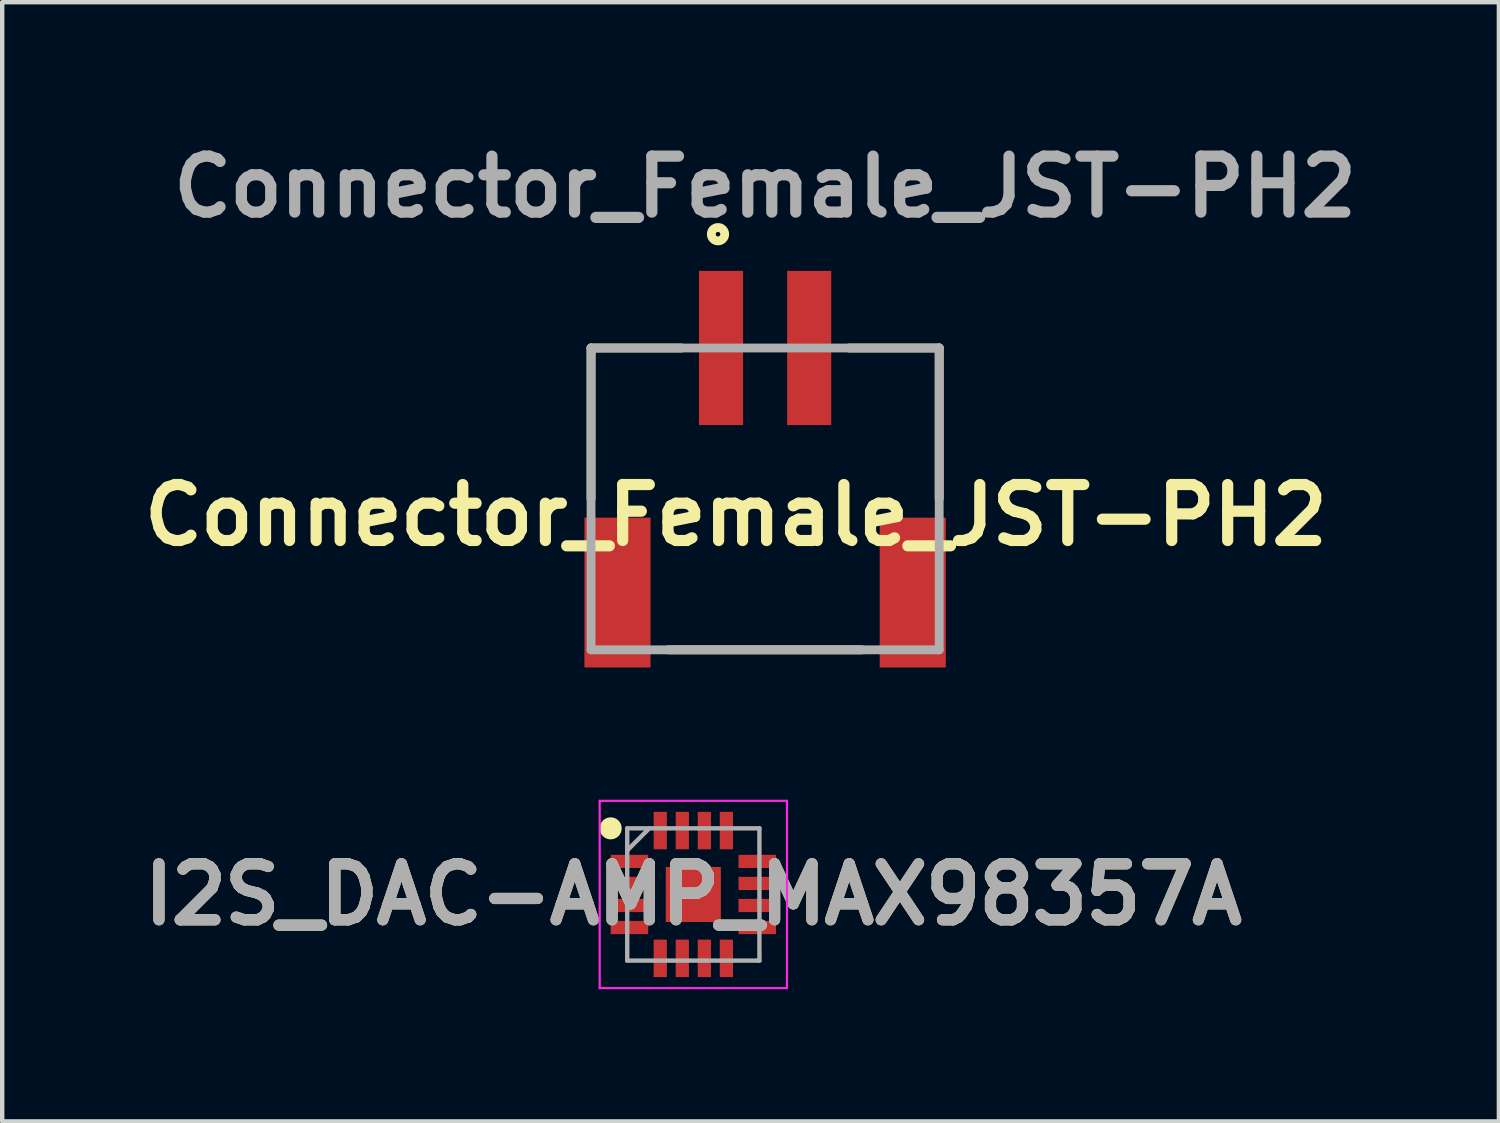
<source format=kicad_pcb>
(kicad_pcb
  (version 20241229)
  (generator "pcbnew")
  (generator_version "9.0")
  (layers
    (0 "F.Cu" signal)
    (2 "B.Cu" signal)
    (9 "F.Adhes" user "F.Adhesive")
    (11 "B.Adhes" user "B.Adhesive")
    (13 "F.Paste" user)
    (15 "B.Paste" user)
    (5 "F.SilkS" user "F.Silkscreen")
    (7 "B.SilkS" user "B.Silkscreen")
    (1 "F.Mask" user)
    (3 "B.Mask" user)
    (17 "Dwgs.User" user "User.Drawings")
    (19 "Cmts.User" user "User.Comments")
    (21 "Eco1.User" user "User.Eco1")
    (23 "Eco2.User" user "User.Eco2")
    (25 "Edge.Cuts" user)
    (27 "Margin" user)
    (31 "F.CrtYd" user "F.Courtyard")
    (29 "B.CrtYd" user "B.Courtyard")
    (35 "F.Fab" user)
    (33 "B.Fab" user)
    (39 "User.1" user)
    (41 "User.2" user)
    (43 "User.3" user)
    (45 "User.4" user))
  (footprint "Connector_Female_JST-PH2"
    (layer "F.Cu")
    (at 14.311 4.846)
    (property "Reference" "Connector_Female_JST-PH2" (at -0.662 3.794 0) (layer "F.SilkS") (effects (font (size 1.27 1.27) (thickness 0.254))))
    (attr smd)
    (fp_line (start -3.95 0) (end -3.95 3.425) (stroke (width 0.2) (type solid)) (layer "F.SilkS"))
    (fp_line (start -3.95 0) (end -1.9 0) (stroke (width 0.2) (type solid)) (layer "F.SilkS"))
    (fp_line (start -2.196 6.849) (end 2.196 6.849) (stroke (width 0.2) (type solid)) (layer "F.SilkS"))
    (fp_line (start 3.95 0) (end 1.9 0) (stroke (width 0.2) (type solid)) (layer "F.SilkS"))
    (fp_line (start 3.95 0) (end 3.95 3.425) (stroke (width 0.2) (type solid)) (layer "F.SilkS"))
    (fp_circle (center -1.069 -2.582) (end -1.069 -2.53) (stroke (width 0.2) (type solid)) (fill no) (layer "F.SilkS"))
    (fp_line (start -3.95 0) (end 3.95 0) (stroke (width 0.2) (type solid)) (layer "F.Fab"))
    (fp_line (start -3.95 6.849) (end -3.95 0) (stroke (width 0.2) (type solid)) (layer "F.Fab"))
    (fp_line (start 3.95 0) (end 3.95 6.849) (stroke (width 0.2) (type solid)) (layer "F.Fab"))
    (fp_line (start 3.95 6.849) (end -3.95 6.849) (stroke (width 0.2) (type solid)) (layer "F.Fab"))
    (fp_text user "${REFERENCE}" (at 0 -3.658 0) (layer "F.Fab") (effects (font (size 1.27 1.27) (thickness 0.254))))
    (pad "1" smd rect (at -1 0) (size 1 3.5) (layers "F.Cu" "F.Mask" "F.Paste"))
    (pad "2" smd rect (at 1 0) (size 1 3.5) (layers "F.Cu" "F.Mask" "F.Paste"))
    (pad "3" smd rect (at -3.35 5.55) (size 1.5 3.4) (layers "F.Cu" "F.Mask" "F.Paste"))
    (pad "4" smd rect (at 3.35 5.55) (size 1.5 3.4) (layers "F.Cu" "F.Mask" "F.Paste")))
  (footprint "I2S_DAC-AMP_MAX98357A"
    (layer "F.Cu")
    (at 12.682 17.246)
    (property "Reference" "I2S_DAC-AMP_MAX98357A" (at 0 0 0) (layer "F.SilkS") (effects (font (size 1.27 1.27) (thickness 0.254))))
    (attr smd)
    (fp_circle (center -1.875 -1.5) (end -1.875 -1.375) (stroke (width 0.25) (type solid)) (fill no) (layer "F.SilkS"))
    (fp_line (start -2.125 -2.125) (end 2.125 -2.125) (stroke (width 0.05) (type solid)) (layer "F.CrtYd"))
    (fp_line (start -2.125 2.125) (end -2.125 -2.125) (stroke (width 0.05) (type solid)) (layer "F.CrtYd"))
    (fp_line (start 2.125 -2.125) (end 2.125 2.125) (stroke (width 0.05) (type solid)) (layer "F.CrtYd"))
    (fp_line (start 2.125 2.125) (end -2.125 2.125) (stroke (width 0.05) (type solid)) (layer "F.CrtYd"))
    (fp_line (start -1.5 -1.5) (end 1.5 -1.5) (stroke (width 0.1) (type solid)) (layer "F.Fab"))
    (fp_line (start -1.5 -1) (end -1 -1.5) (stroke (width 0.1) (type solid)) (layer "F.Fab"))
    (fp_line (start -1.5 1.5) (end -1.5 -1.5) (stroke (width 0.1) (type solid)) (layer "F.Fab"))
    (fp_line (start 1.5 -1.5) (end 1.5 1.5) (stroke (width 0.1) (type solid)) (layer "F.Fab"))
    (fp_line (start 1.5 1.5) (end -1.5 1.5) (stroke (width 0.1) (type solid)) (layer "F.Fab"))
    (fp_text user "${REFERENCE}" (at 0 0 0) (layer "F.Fab") (effects (font (size 1.27 1.27) (thickness 0.254))))
    (pad "1" smd rect (at -1.45 -0.75 90) (size 0.3 0.85) (layers "F.Cu" "F.Mask" "F.Paste"))
    (pad "2" smd rect (at -1.45 -0.25 90) (size 0.3 0.85) (layers "F.Cu" "F.Mask" "F.Paste"))
    (pad "3" smd rect (at -1.45 0.25 90) (size 0.3 0.85) (layers "F.Cu" "F.Mask" "F.Paste"))
    (pad "4" smd rect (at -1.45 0.75 90) (size 0.3 0.85) (layers "F.Cu" "F.Mask" "F.Paste"))
    (pad "5" smd rect (at -0.75 1.45) (size 0.3 0.85) (layers "F.Cu" "F.Mask" "F.Paste"))
    (pad "6" smd rect (at -0.25 1.45) (size 0.3 0.85) (layers "F.Cu" "F.Mask" "F.Paste"))
    (pad "7" smd rect (at 0.25 1.45) (size 0.3 0.85) (layers "F.Cu" "F.Mask" "F.Paste"))
    (pad "8" smd rect (at 0.75 1.45) (size 0.3 0.85) (layers "F.Cu" "F.Mask" "F.Paste"))
    (pad "9" smd rect (at 1.45 0.75 90) (size 0.3 0.85) (layers "F.Cu" "F.Mask" "F.Paste"))
    (pad "10" smd rect (at 1.45 0.25 90) (size 0.3 0.85) (layers "F.Cu" "F.Mask" "F.Paste"))
    (pad "11" smd rect (at 1.45 -0.25 90) (size 0.3 0.85) (layers "F.Cu" "F.Mask" "F.Paste"))
    (pad "12" smd rect (at 1.45 -0.75 90) (size 0.3 0.85) (layers "F.Cu" "F.Mask" "F.Paste"))
    (pad "13" smd rect (at 0.75 -1.45) (size 0.3 0.85) (layers "F.Cu" "F.Mask" "F.Paste"))
    (pad "14" smd rect (at 0.25 -1.45) (size 0.3 0.85) (layers "F.Cu" "F.Mask" "F.Paste"))
    (pad "15" smd rect (at -0.25 -1.45) (size 0.3 0.85) (layers "F.Cu" "F.Mask" "F.Paste"))
    (pad "16" smd rect (at -0.75 -1.45) (size 0.3 0.85) (layers "F.Cu" "F.Mask" "F.Paste"))
    (pad "17" smd rect (at 0 0) (size 1.25 1.25) (layers "F.Cu" "F.Mask" "F.Paste")))
  (gr_rect
    (start -3 -3)
    (end 30.961 22.396)
    (stroke (width 0.1) (type default))
    (fill no)
    (layer "Edge.Cuts")))
</source>
